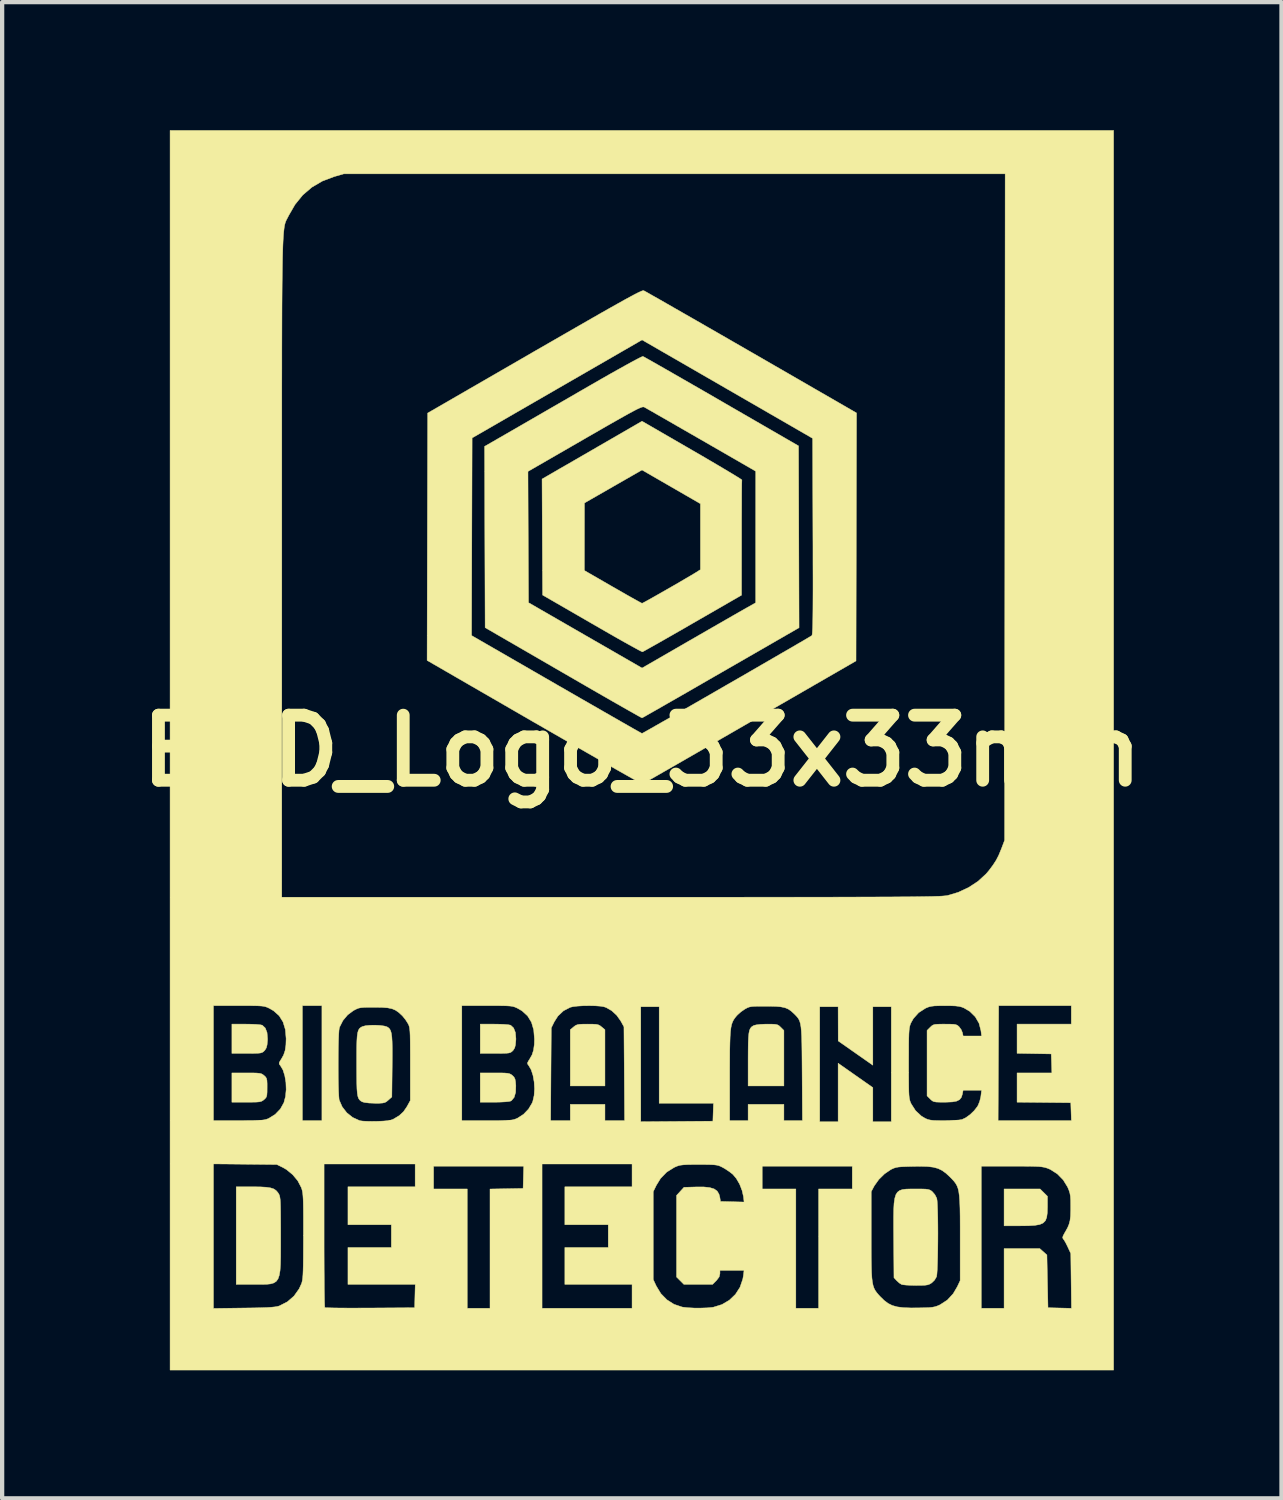
<source format=kicad_pcb>
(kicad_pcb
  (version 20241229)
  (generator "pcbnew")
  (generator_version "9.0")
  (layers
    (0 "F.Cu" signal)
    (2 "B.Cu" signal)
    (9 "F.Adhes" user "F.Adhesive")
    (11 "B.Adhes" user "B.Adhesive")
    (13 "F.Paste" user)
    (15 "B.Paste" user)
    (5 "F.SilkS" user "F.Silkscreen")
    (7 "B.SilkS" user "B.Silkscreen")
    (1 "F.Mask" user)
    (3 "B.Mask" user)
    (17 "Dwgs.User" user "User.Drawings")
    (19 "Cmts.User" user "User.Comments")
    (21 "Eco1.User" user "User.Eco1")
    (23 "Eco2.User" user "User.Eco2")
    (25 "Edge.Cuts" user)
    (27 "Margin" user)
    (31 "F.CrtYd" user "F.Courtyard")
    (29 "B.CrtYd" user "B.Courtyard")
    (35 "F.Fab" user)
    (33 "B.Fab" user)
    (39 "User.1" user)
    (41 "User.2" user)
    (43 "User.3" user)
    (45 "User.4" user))
  (footprint "BBD_Logo_33x33mm"
    (layer "F.Cu")
    (at 11.982 14.534)
    (property "Reference" "BBD_Logo_33x33mm" (at 0 0 0) (layer "F.SilkS") (effects (font (size 1.524 1.524) (thickness 0.3))))
    (attr through_hole)
    (fp_poly (pts (xy 9.5 10.434) (xy 9.5 10.685) (xy 9.496 10.821) (xy 9.482 10.926) (xy 9.452 11.004) (xy 9.399 11.058) (xy 9.319 11.094) (xy 9.204 11.114) (xy 9.051 11.123) (xy 8.865 11.125) (xy 8.484 11.125) (xy 8.484 10.262) (xy 9.327 10.262) (xy 9.5 10.434)) (stroke (width 0.01) (type solid)) (fill yes) (layer "F.SilkS"))
    (fp_poly (pts (xy -1.153 6.402) (xy -1.074 6.406) (xy -1.021 6.417) (xy -0.98 6.437) (xy -0.942 6.467) (xy -0.864 6.532) (xy -0.864 7.849) (xy -1.676 7.849) (xy -1.676 6.532) (xy -1.598 6.467) (xy -1.558 6.436) (xy -1.517 6.417) (xy -1.463 6.406) (xy -1.383 6.402) (xy -1.27 6.401) (xy -1.153 6.402)) (stroke (width 0.01) (type solid)) (fill yes) (layer "F.SilkS"))
    (fp_poly (pts (xy -3.304 7.544) (xy -3.207 7.547) (xy -3.14 7.553) (xy -3.095 7.564) (xy -3.061 7.581) (xy -3.031 7.604) (xy -2.993 7.643) (xy -2.97 7.688) (xy -2.958 7.754) (xy -2.951 7.842) (xy -2.956 7.999) (xy -2.99 8.116) (xy -3.053 8.192) (xy -3.072 8.203) (xy -3.115 8.213) (xy -3.197 8.221) (xy -3.308 8.227) (xy -3.435 8.23) (xy -3.453 8.23) (xy -3.785 8.23) (xy -3.785 7.544) (xy -3.443 7.544) (xy -3.304 7.544)) (stroke (width 0.01) (type solid)) (fill yes) (layer "F.SilkS"))
    (fp_poly (pts (xy -9.141 6.403) (xy -9.027 6.408) (xy -8.94 6.416) (xy -8.892 6.426) (xy -8.889 6.427) (xy -8.819 6.493) (xy -8.778 6.599) (xy -8.766 6.746) (xy -8.767 6.784) (xy -8.777 6.888) (xy -8.795 6.957) (xy -8.825 7.007) (xy -8.838 7.022) (xy -8.864 7.048) (xy -8.892 7.065) (xy -8.931 7.077) (xy -8.989 7.083) (xy -9.078 7.086) (xy -9.205 7.087) (xy -9.25 7.087) (xy -9.601 7.087) (xy -9.601 6.401) (xy -9.269 6.401) (xy -9.141 6.403)) (stroke (width 0.01) (type solid)) (fill yes) (layer "F.SilkS"))
    (fp_poly (pts (xy -3.324 6.403) (xy -3.211 6.408) (xy -3.124 6.416) (xy -3.075 6.426) (xy -3.072 6.427) (xy -3.002 6.493) (xy -2.961 6.599) (xy -2.949 6.746) (xy -2.951 6.784) (xy -2.96 6.888) (xy -2.978 6.957) (xy -3.008 7.007) (xy -3.021 7.022) (xy -3.048 7.048) (xy -3.075 7.065) (xy -3.114 7.077) (xy -3.173 7.083) (xy -3.261 7.086) (xy -3.389 7.087) (xy -3.433 7.087) (xy -3.785 7.087) (xy -3.785 6.401) (xy -3.453 6.401) (xy -3.324 6.403)) (stroke (width 0.01) (type solid)) (fill yes) (layer "F.SilkS"))
    (fp_poly (pts (xy 3.05 6.402) (xy 3.125 6.406) (xy 3.175 6.417) (xy 3.212 6.437) (xy 3.248 6.47) (xy 3.253 6.475) (xy 3.327 6.549) (xy 3.327 7.849) (xy 2.489 7.849) (xy 2.489 7.225) (xy 2.49 7.012) (xy 2.492 6.844) (xy 2.498 6.714) (xy 2.507 6.618) (xy 2.521 6.548) (xy 2.542 6.5) (xy 2.569 6.467) (xy 2.605 6.443) (xy 2.628 6.431) (xy 2.683 6.418) (xy 2.773 6.407) (xy 2.883 6.402) (xy 2.937 6.401) (xy 3.05 6.402)) (stroke (width 0.01) (type solid)) (fill yes) (layer "F.SilkS"))
    (fp_poly (pts (xy -9.121 7.544) (xy -9.023 7.547) (xy -8.957 7.553) (xy -8.912 7.563) (xy -8.878 7.581) (xy -8.847 7.605) (xy -8.812 7.638) (xy -8.791 7.672) (xy -8.78 7.72) (xy -8.776 7.796) (xy -8.776 7.887) (xy -8.777 7.994) (xy -8.782 8.064) (xy -8.794 8.108) (xy -8.818 8.141) (xy -8.847 8.168) (xy -8.879 8.193) (xy -8.912 8.21) (xy -8.957 8.221) (xy -9.024 8.227) (xy -9.122 8.229) (xy -9.26 8.23) (xy -9.601 8.23) (xy -9.601 7.544) (xy -9.26 7.544) (xy -9.121 7.544)) (stroke (width 0.01) (type solid)) (fill yes) (layer "F.SilkS"))
    (fp_poly (pts (xy -8.937 10.213) (xy -8.799 10.221) (xy -8.697 10.236) (xy -8.622 10.26) (xy -8.567 10.297) (xy -8.524 10.346) (xy -8.51 10.368) (xy -8.496 10.392) (xy -8.485 10.42) (xy -8.477 10.457) (xy -8.47 10.507) (xy -8.465 10.577) (xy -8.462 10.672) (xy -8.46 10.797) (xy -8.459 10.958) (xy -8.458 11.16) (xy -8.458 11.35) (xy -8.458 11.621) (xy -8.459 11.846) (xy -8.463 12.029) (xy -8.473 12.174) (xy -8.492 12.285) (xy -8.521 12.368) (xy -8.563 12.426) (xy -8.62 12.463) (xy -8.696 12.485) (xy -8.792 12.495) (xy -8.91 12.497) (xy -9.054 12.497) (xy -9.092 12.497) (xy -9.5 12.497) (xy -9.5 10.211) (xy -9.118 10.211) (xy -8.937 10.213)) (stroke (width 0.01) (type solid)) (fill yes) (layer "F.SilkS"))
    (fp_poly (pts (xy -6.13 6.432) (xy -6.03 6.446) (xy -5.969 6.464) (xy -5.933 6.487) (xy -5.905 6.516) (xy -5.883 6.559) (xy -5.866 6.619) (xy -5.855 6.703) (xy -5.848 6.816) (xy -5.845 6.963) (xy -5.845 7.15) (xy -5.847 7.382) (xy -5.847 7.4) (xy -5.855 8.107) (xy -5.938 8.181) (xy -5.98 8.216) (xy -6.02 8.238) (xy -6.071 8.249) (xy -6.146 8.254) (xy -6.255 8.254) (xy -6.389 8.249) (xy -6.491 8.237) (xy -6.55 8.22) (xy -6.586 8.198) (xy -6.614 8.172) (xy -6.636 8.137) (xy -6.652 8.088) (xy -6.664 8.017) (xy -6.672 7.92) (xy -6.676 7.791) (xy -6.678 7.624) (xy -6.679 7.414) (xy -6.679 7.346) (xy -6.679 7.118) (xy -6.678 6.936) (xy -6.674 6.794) (xy -6.667 6.685) (xy -6.656 6.606) (xy -6.639 6.549) (xy -6.618 6.51) (xy -6.589 6.483) (xy -6.553 6.462) (xy -6.541 6.457) (xy -6.47 6.438) (xy -6.367 6.428) (xy -6.248 6.426) (xy -6.13 6.432)) (stroke (width 0.01) (type solid)) (fill yes) (layer "F.SilkS"))
    (fp_poly (pts (xy 6.423 10.262) (xy 6.553 10.262) (xy 6.643 10.265) (xy 6.703 10.273) (xy 6.746 10.286) (xy 6.781 10.307) (xy 6.805 10.327) (xy 6.864 10.396) (xy 6.905 10.477) (xy 6.908 10.485) (xy 6.916 10.54) (xy 6.922 10.638) (xy 6.927 10.769) (xy 6.931 10.928) (xy 6.933 11.106) (xy 6.934 11.296) (xy 6.933 11.491) (xy 6.931 11.681) (xy 6.928 11.86) (xy 6.923 12.021) (xy 6.918 12.155) (xy 6.911 12.255) (xy 6.903 12.313) (xy 6.901 12.318) (xy 6.856 12.396) (xy 6.787 12.463) (xy 6.784 12.464) (xy 6.741 12.49) (xy 6.695 12.507) (xy 6.635 12.516) (xy 6.548 12.52) (xy 6.423 12.521) (xy 6.416 12.521) (xy 6.297 12.518) (xy 6.192 12.513) (xy 6.116 12.505) (xy 6.083 12.498) (xy 6.031 12.465) (xy 5.974 12.414) (xy 5.969 12.409) (xy 5.905 12.34) (xy 5.898 11.427) (xy 5.896 11.154) (xy 5.896 10.927) (xy 5.899 10.742) (xy 5.907 10.595) (xy 5.924 10.481) (xy 5.949 10.397) (xy 5.986 10.338) (xy 6.037 10.299) (xy 6.103 10.276) (xy 6.186 10.265) (xy 6.288 10.262) (xy 6.411 10.262) (xy 6.423 10.262)) (stroke (width 0.01) (type solid)) (fill yes) (layer "F.SilkS"))
    (fp_poly (pts (xy 1.176 -7.041) (xy 1.399 -6.912) (xy 1.607 -6.79) (xy 1.798 -6.678) (xy 1.966 -6.578) (xy 2.108 -6.493) (xy 2.22 -6.425) (xy 2.298 -6.376) (xy 2.338 -6.348) (xy 2.343 -6.344) (xy 2.342 -6.315) (xy 2.34 -6.241) (xy 2.339 -6.125) (xy 2.338 -5.973) (xy 2.338 -5.789) (xy 2.337 -5.579) (xy 2.336 -5.346) (xy 2.336 -5.095) (xy 2.336 -4.985) (xy 2.335 -3.645) (xy 1.189 -2.985) (xy 0.968 -2.857) (xy 0.76 -2.738) (xy 0.569 -2.629) (xy 0.399 -2.532) (xy 0.255 -2.451) (xy 0.141 -2.387) (xy 0.061 -2.342) (xy 0.02 -2.32) (xy 0.015 -2.318) (xy -0.012 -2.329) (xy -0.078 -2.363) (xy -0.18 -2.419) (xy -0.313 -2.492) (xy -0.474 -2.582) (xy -0.657 -2.686) (xy -0.859 -2.802) (xy -1.076 -2.927) (xy -1.168 -2.98) (xy -2.324 -3.648) (xy -2.327 -4.223) (xy -1.346 -4.223) (xy -0.68 -3.839) (xy -0.512 -3.743) (xy -0.359 -3.655) (xy -0.226 -3.58) (xy -0.118 -3.52) (xy -0.04 -3.477) (xy 0.001 -3.456) (xy 0.006 -3.454) (xy 0.032 -3.467) (xy 0.096 -3.501) (xy 0.192 -3.554) (xy 0.314 -3.623) (xy 0.456 -3.704) (xy 0.603 -3.788) (xy 0.764 -3.88) (xy 0.915 -3.968) (xy 1.049 -4.047) (xy 1.159 -4.111) (xy 1.239 -4.159) (xy 1.276 -4.182) (xy 1.372 -4.243) (xy 1.372 -5.787) (xy 0.688 -6.182) (xy 0.004 -6.577) (xy -0.67 -6.191) (xy -1.344 -5.804) (xy -1.346 -4.223) (xy -2.327 -4.223) (xy -2.331 -5.006) (xy -2.337 -6.365) (xy -2.178 -6.457) (xy -2.123 -6.489) (xy -2.03 -6.543) (xy -1.903 -6.617) (xy -1.747 -6.706) (xy -1.569 -6.809) (xy -1.374 -6.922) (xy -1.166 -7.042) (xy -1.008 -7.134) (xy 0.004 -7.719) (xy 1.176 -7.041)) (stroke (width 0.01) (type solid)) (fill yes) (layer "F.SilkS"))
    (fp_poly (pts (xy 0.053 -9.223) (xy 0.121 -9.185) (xy 0.226 -9.126) (xy 0.365 -9.047) (xy 0.535 -8.95) (xy 0.732 -8.837) (xy 0.953 -8.71) (xy 1.195 -8.571) (xy 1.454 -8.422) (xy 1.726 -8.265) (xy 1.867 -8.183) (xy 3.67 -7.141) (xy 3.682 -2.883) (xy 1.852 -1.829) (xy 1.572 -1.668) (xy 1.305 -1.514) (xy 1.054 -1.369) (xy 0.822 -1.236) (xy 0.612 -1.116) (xy 0.428 -1.01) (xy 0.273 -0.922) (xy 0.15 -0.852) (xy 0.063 -0.802) (xy 0.014 -0.776) (xy 0.005 -0.771) (xy -0.019 -0.783) (xy -0.084 -0.818) (xy -0.186 -0.876) (xy -0.323 -0.953) (xy -0.49 -1.048) (xy -0.685 -1.159) (xy -0.904 -1.285) (xy -1.144 -1.423) (xy -1.402 -1.572) (xy -1.675 -1.73) (xy -1.841 -1.826) (xy -3.67 -2.885) (xy -3.677 -5.007) (xy -3.681 -6.543) (xy -2.667 -6.543) (xy -2.661 -5.007) (xy -2.654 -3.47) (xy -1.325 -2.704) (xy 0.005 -1.938) (xy 1.126 -2.585) (xy 1.352 -2.715) (xy 1.572 -2.842) (xy 1.779 -2.961) (xy 1.969 -3.07) (xy 2.136 -3.166) (xy 2.276 -3.246) (xy 2.383 -3.307) (xy 2.451 -3.346) (xy 2.457 -3.349) (xy 2.666 -3.467) (xy 2.666 -5.008) (xy 2.667 -6.548) (xy 1.391 -7.284) (xy 1.156 -7.419) (xy 0.933 -7.547) (xy 0.727 -7.666) (xy 0.541 -7.773) (xy 0.378 -7.866) (xy 0.245 -7.943) (xy 0.144 -8) (xy 0.079 -8.037) (xy 0.056 -8.05) (xy 0.041 -8.054) (xy 0.02 -8.053) (xy -0.011 -8.045) (xy -0.055 -8.027) (xy -0.116 -7.999) (xy -0.196 -7.957) (xy -0.3 -7.901) (xy -0.43 -7.829) (xy -0.589 -7.739) (xy -0.783 -7.629) (xy -1.012 -7.497) (xy -1.282 -7.342) (xy -1.335 -7.311) (xy -2.667 -6.543) (xy -3.681 -6.543) (xy -3.683 -7.129) (xy -3.029 -7.506) (xy -2.873 -7.596) (xy -2.681 -7.707) (xy -2.459 -7.835) (xy -2.217 -7.975) (xy -1.961 -8.123) (xy -1.699 -8.274) (xy -1.439 -8.425) (xy -1.194 -8.566) (xy -0.97 -8.695) (xy -0.758 -8.816) (xy -0.562 -8.926) (xy -0.388 -9.023) (xy -0.239 -9.105) (xy -0.119 -9.169) (xy -0.033 -9.213) (xy 0.016 -9.235) (xy 0.025 -9.237) (xy 0.053 -9.223)) (stroke (width 0.01) (type solid)) (fill yes) (layer "F.SilkS"))
    (fp_poly (pts (xy 0.043 -10.778) (xy 0.072 -10.763) (xy 0.142 -10.724) (xy 0.25 -10.662) (xy 0.394 -10.581) (xy 0.57 -10.48) (xy 0.776 -10.362) (xy 1.008 -10.229) (xy 1.265 -10.082) (xy 1.543 -9.922) (xy 1.839 -9.752) (xy 2.15 -9.573) (xy 2.474 -9.386) (xy 2.563 -9.335) (xy 5.028 -7.912) (xy 5.022 -5.009) (xy 5.016 -2.105) (xy 2.527 -0.669) (xy 2.2 -0.48) (xy 1.884 -0.298) (xy 1.584 -0.125) (xy 1.301 0.038) (xy 1.039 0.189) (xy 0.801 0.326) (xy 0.588 0.448) (xy 0.405 0.553) (xy 0.253 0.64) (xy 0.136 0.706) (xy 0.056 0.752) (xy 0.017 0.773) (xy 0.013 0.775) (xy -0.012 0.764) (xy -0.078 0.728) (xy -0.183 0.671) (xy -0.323 0.592) (xy -0.495 0.495) (xy -0.698 0.38) (xy -0.928 0.248) (xy -1.182 0.103) (xy -1.458 -0.055) (xy -1.753 -0.225) (xy -2.064 -0.404) (xy -2.388 -0.591) (xy -2.521 -0.667) (xy -5.029 -2.117) (xy -5.028 -2.7) (xy -3.988 -2.7) (xy -2 -1.553) (xy -1.708 -1.385) (xy -1.429 -1.224) (xy -1.165 -1.073) (xy -0.92 -0.932) (xy -0.697 -0.804) (xy -0.5 -0.691) (xy -0.33 -0.594) (xy -0.192 -0.515) (xy -0.088 -0.457) (xy -0.022 -0.42) (xy 0.004 -0.407) (xy 0.004 -0.407) (xy 0.028 -0.419) (xy 0.093 -0.455) (xy 0.195 -0.513) (xy 0.332 -0.591) (xy 0.501 -0.687) (xy 0.697 -0.799) (xy 0.919 -0.926) (xy 1.163 -1.066) (xy 1.425 -1.217) (xy 1.703 -1.377) (xy 1.985 -1.54) (xy 2.276 -1.707) (xy 2.554 -1.868) (xy 2.817 -2.02) (xy 3.062 -2.162) (xy 3.284 -2.291) (xy 3.482 -2.405) (xy 3.651 -2.504) (xy 3.789 -2.584) (xy 3.892 -2.645) (xy 3.957 -2.683) (xy 3.982 -2.698) (xy 3.987 -2.713) (xy 3.992 -2.747) (xy 3.996 -2.804) (xy 4 -2.887) (xy 4.003 -2.998) (xy 4.005 -3.14) (xy 4.007 -3.316) (xy 4.008 -3.528) (xy 4.009 -3.778) (xy 4.009 -4.07) (xy 4.008 -4.406) (xy 4.008 -4.788) (xy 4.007 -5.021) (xy 4 -7.318) (xy 2.003 -8.471) (xy 0.005 -9.624) (xy -1.985 -8.476) (xy -3.975 -7.327) (xy -3.982 -5.014) (xy -3.988 -2.7) (xy -5.028 -2.7) (xy -5.023 -5.014) (xy -5.016 -7.91) (xy -2.515 -9.355) (xy -2.12 -9.582) (xy -1.766 -9.786) (xy -1.453 -9.966) (xy -1.176 -10.125) (xy -0.935 -10.263) (xy -0.726 -10.381) (xy -0.548 -10.481) (xy -0.398 -10.565) (xy -0.274 -10.632) (xy -0.174 -10.686) (xy -0.096 -10.726) (xy -0.038 -10.753) (xy 0.004 -10.771) (xy 0.03 -10.778) (xy 0.043 -10.778)) (stroke (width 0.01) (type solid)) (fill yes) (layer "F.SilkS"))
    (fp_poly (pts (xy 11.049 14.503) (xy -11.049 14.503) (xy -11.049 13.06) (xy -10.033 13.06) (xy -9.315 13.05) (xy -9.093 13.047) (xy -8.916 13.043) (xy -8.777 13.038) (xy -8.672 13.031) (xy -8.593 13.023) (xy -8.534 13.013) (xy -8.491 13.001) (xy -8.489 13) (xy -8.301 12.904) (xy -8.146 12.769) (xy -8.026 12.6) (xy -7.97 12.477) (xy -7.959 12.441) (xy -7.95 12.398) (xy -7.943 12.342) (xy -7.937 12.269) (xy -7.933 12.172) (xy -7.93 12.048) (xy -7.928 11.889) (xy -7.927 11.693) (xy -7.926 11.452) (xy -7.926 11.361) (xy -7.926 11.109) (xy -7.926 10.901) (xy -7.927 10.734) (xy -7.929 10.602) (xy -7.932 10.499) (xy -7.937 10.42) (xy -7.943 10.359) (xy -7.951 10.311) (xy -7.961 10.272) (xy -7.974 10.234) (xy -7.977 10.226) (xy -8.058 10.07) (xy -8.177 9.927) (xy -8.32 9.809) (xy -8.402 9.761) (xy -8.547 9.69) (xy -9.763 9.677) (xy -7.442 9.677) (xy -7.442 11.35) (xy -7.442 11.636) (xy -7.441 11.908) (xy -7.44 12.161) (xy -7.438 12.39) (xy -7.437 12.591) (xy -7.434 12.76) (xy -7.432 12.893) (xy -7.429 12.986) (xy -7.426 13.033) (xy -7.425 13.039) (xy -7.397 13.043) (xy -7.323 13.045) (xy -7.209 13.048) (xy -7.061 13.05) (xy -6.884 13.051) (xy -6.683 13.051) (xy -6.464 13.05) (xy -6.365 13.05) (xy -5.321 13.043) (xy -5.307 12.497) (xy -6.883 12.497) (xy -6.883 11.633) (xy -5.867 11.633) (xy -5.867 11.1) (xy -6.883 11.1) (xy -6.883 10.211) (xy -5.309 10.211) (xy -5.309 9.728) (xy -4.877 9.728) (xy -4.877 10.262) (xy -4.089 10.262) (xy -4.089 13.056) (xy -3.556 13.056) (xy -3.556 10.263) (xy -3.169 10.256) (xy -2.781 10.249) (xy -2.774 9.989) (xy -2.767 9.728) (xy -4.877 9.728) (xy -5.309 9.728) (xy -5.309 9.677) (xy -2.337 9.677) (xy -2.337 13.056) (xy -0.229 13.056) (xy -0.229 12.497) (xy -1.803 12.497) (xy -1.803 11.633) (xy -0.787 11.633) (xy -0.787 11.1) (xy -1.803 11.1) (xy -1.803 10.325) (xy 0.267 10.325) (xy 0.267 12.383) (xy 0.338 12.535) (xy 0.446 12.713) (xy 0.587 12.857) (xy 0.754 12.963) (xy 0.941 13.026) (xy 0.963 13.03) (xy 1.082 13.043) (xy 1.229 13.051) (xy 1.385 13.051) (xy 1.533 13.046) (xy 1.653 13.034) (xy 1.678 13.03) (xy 1.877 12.968) (xy 2.05 12.866) (xy 2.192 12.73) (xy 2.299 12.564) (xy 2.364 12.374) (xy 2.377 12.3) (xy 2.394 12.167) (xy 1.829 12.167) (xy 1.829 12.245) (xy 1.811 12.321) (xy 1.752 12.4) (xy 1.742 12.41) (xy 1.656 12.497) (xy 0.986 12.497) (xy 0.899 12.41) (xy 0.813 12.324) (xy 0.813 10.413) (xy 0.9 10.318) (xy 0.987 10.223) (xy 1.261 10.215) (xy 1.446 10.214) (xy 1.588 10.229) (xy 1.692 10.26) (xy 1.763 10.31) (xy 1.807 10.383) (xy 1.827 10.459) (xy 1.842 10.554) (xy 2.119 10.561) (xy 2.395 10.568) (xy 2.38 10.44) (xy 2.347 10.295) (xy 2.289 10.147) (xy 2.212 10.015) (xy 2.131 9.919) (xy 2.05 9.856) (xy 1.952 9.791) (xy 1.9 9.761) (xy 1.849 9.735) (xy 1.832 9.728) (xy 2.819 9.728) (xy 2.819 10.262) (xy 3.607 10.262) (xy 3.607 13.056) (xy 4.14 13.056) (xy 4.14 10.325) (xy 5.372 10.325) (xy 5.372 11.367) (xy 5.372 11.643) (xy 5.373 11.874) (xy 5.376 12.064) (xy 5.38 12.219) (xy 5.388 12.344) (xy 5.4 12.443) (xy 5.416 12.522) (xy 5.438 12.586) (xy 5.466 12.64) (xy 5.501 12.689) (xy 5.543 12.739) (xy 5.585 12.784) (xy 5.677 12.874) (xy 5.768 12.942) (xy 5.866 12.991) (xy 5.982 13.023) (xy 6.123 13.041) (xy 6.299 13.048) (xy 6.464 13.047) (xy 6.614 13.044) (xy 6.723 13.04) (xy 6.804 13.032) (xy 6.866 13.02) (xy 6.92 13.002) (xy 6.978 12.977) (xy 6.989 12.971) (xy 7.155 12.863) (xy 7.292 12.714) (xy 7.388 12.551) (xy 7.455 12.408) (xy 7.455 11.405) (xy 7.455 11.129) (xy 7.454 10.898) (xy 7.451 10.708) (xy 7.445 10.554) (xy 7.436 10.429) (xy 7.423 10.329) (xy 7.405 10.25) (xy 7.38 10.185) (xy 7.348 10.129) (xy 7.309 10.078) (xy 7.261 10.026) (xy 7.216 9.98) (xy 7.122 9.893) (xy 7.032 9.828) (xy 6.937 9.782) (xy 6.826 9.752) (xy 6.692 9.736) (xy 6.523 9.731) (xy 6.363 9.733) (xy 6.208 9.737) (xy 6.095 9.741) (xy 6.012 9.748) (xy 5.951 9.759) (xy 5.901 9.775) (xy 5.852 9.797) (xy 5.829 9.809) (xy 5.684 9.908) (xy 5.55 10.04) (xy 5.445 10.187) (xy 5.432 10.211) (xy 5.372 10.325) (xy 4.14 10.325) (xy 4.14 10.262) (xy 4.928 10.262) (xy 4.928 9.728) (xy 7.95 9.728) (xy 7.95 13.056) (xy 8.484 13.056) (xy 8.484 11.659) (xy 9.321 11.659) (xy 9.487 11.807) (xy 9.512 13.043) (xy 9.787 13.05) (xy 10.062 13.057) (xy 10.054 12.415) (xy 10.046 11.773) (xy 9.973 11.615) (xy 9.931 11.53) (xy 9.893 11.464) (xy 9.867 11.429) (xy 9.855 11.405) (xy 9.865 11.362) (xy 9.902 11.292) (xy 9.921 11.26) (xy 9.971 11.17) (xy 10.005 11.088) (xy 10.028 11) (xy 10.04 10.894) (xy 10.044 10.758) (xy 10.044 10.655) (xy 10.043 10.526) (xy 10.037 10.432) (xy 10.024 10.358) (xy 10.002 10.29) (xy 9.971 10.216) (xy 9.869 10.05) (xy 9.732 9.91) (xy 9.57 9.806) (xy 9.51 9.78) (xy 9.465 9.765) (xy 9.419 9.753) (xy 9.365 9.744) (xy 9.296 9.737) (xy 9.205 9.733) (xy 9.086 9.73) (xy 8.931 9.729) (xy 8.735 9.728) (xy 8.66 9.728) (xy 7.95 9.728) (xy 4.928 9.728) (xy 2.819 9.728) (xy 1.832 9.728) (xy 1.804 9.716) (xy 1.754 9.704) (xy 1.692 9.696) (xy 1.606 9.692) (xy 1.489 9.69) (xy 1.333 9.69) (xy 1.174 9.69) (xy 1.056 9.692) (xy 0.97 9.697) (xy 0.905 9.705) (xy 0.852 9.718) (xy 0.802 9.737) (xy 0.758 9.757) (xy 0.582 9.867) (xy 0.438 10.016) (xy 0.34 10.175) (xy 0.267 10.325) (xy -1.803 10.325) (xy -1.803 10.211) (xy -0.229 10.211) (xy -0.229 9.677) (xy -2.337 9.677) (xy -5.309 9.677) (xy -7.442 9.677) (xy -9.763 9.677) (xy -10.033 9.675) (xy -10.033 13.06) (xy -11.049 13.06) (xy -11.049 5.969) (xy -10.033 5.969) (xy -10.033 8.661) (xy -9.442 8.661) (xy -9.251 8.66) (xy -9.104 8.659) (xy -8.992 8.656) (xy -8.909 8.651) (xy -8.847 8.643) (xy -8.799 8.632) (xy -8.758 8.618) (xy -8.738 8.609) (xy -8.588 8.516) (xy -8.466 8.389) (xy -8.383 8.24) (xy -8.382 8.236) (xy -8.345 8.094) (xy -8.33 7.933) (xy -8.336 7.768) (xy -8.362 7.611) (xy -8.405 7.474) (xy -8.465 7.372) (xy -8.471 7.366) (xy -8.493 7.334) (xy -8.492 7.302) (xy -8.465 7.252) (xy -8.447 7.226) (xy -8.391 7.127) (xy -8.355 7.02) (xy -8.336 6.89) (xy -8.331 6.742) (xy -8.349 6.529) (xy -8.403 6.351) (xy -8.494 6.205) (xy -8.624 6.089) (xy -8.717 6.035) (xy -8.76 6.014) (xy -8.8 5.998) (xy -8.844 5.986) (xy -8.9 5.978) (xy -8.974 5.973) (xy -9.075 5.97) (xy -9.21 5.969) (xy -9.386 5.969) (xy -9.441 5.969) (xy -7.95 5.969) (xy -7.95 8.661) (xy -7.493 8.661) (xy -7.493 7.293) (xy -7.111 7.293) (xy -7.111 7.479) (xy -7.11 7.66) (xy -7.107 7.827) (xy -7.103 7.971) (xy -7.097 8.084) (xy -7.091 8.159) (xy -7.087 8.18) (xy -7.018 8.338) (xy -6.91 8.477) (xy -6.772 8.587) (xy -6.616 8.658) (xy -6.596 8.664) (xy -6.538 8.672) (xy -6.444 8.677) (xy -6.326 8.679) (xy -6.21 8.678) (xy -6.063 8.672) (xy -5.956 8.663) (xy -5.879 8.649) (xy -5.822 8.628) (xy -5.817 8.625) (xy -5.682 8.544) (xy -5.582 8.452) (xy -5.502 8.335) (xy -5.498 8.328) (xy -5.423 8.191) (xy -5.423 7.341) (xy -5.423 7.11) (xy -5.424 6.924) (xy -5.425 6.778) (xy -5.427 6.665) (xy -5.431 6.581) (xy -5.437 6.518) (xy -5.444 6.473) (xy -5.454 6.437) (xy -5.467 6.407) (xy -5.479 6.385) (xy -5.534 6.298) (xy -5.6 6.216) (xy -5.615 6.2) (xy -5.693 6.128) (xy -5.768 6.076) (xy -5.85 6.041) (xy -5.951 6.02) (xy -6.08 6.01) (xy -6.249 6.007) (xy -6.261 6.007) (xy -6.403 6.007) (xy -6.504 6.01) (xy -6.578 6.016) (xy -6.633 6.027) (xy -6.681 6.046) (xy -6.734 6.073) (xy -6.756 6.085) (xy -6.89 6.185) (xy -7 6.316) (xy -7.075 6.464) (xy -7.086 6.498) (xy -7.093 6.551) (xy -7.099 6.646) (xy -7.104 6.776) (xy -7.108 6.933) (xy -7.11 7.108) (xy -7.111 7.293) (xy -7.493 7.293) (xy -7.493 5.969) (xy -4.216 5.969) (xy -4.216 8.661) (xy -2.136 8.661) (xy -1.676 8.661) (xy -1.676 8.28) (xy -0.864 8.28) (xy -0.864 8.661) (xy -0.404 8.661) (xy -0.411 7.563) (xy -0.419 6.464) (xy -0.495 6.326) (xy -0.588 6.195) (xy -0.705 6.087) (xy -0.834 6.013) (xy -0.883 5.996) (xy -0.89 5.994) (xy -0.025 5.994) (xy -0.025 8.687) (xy 1.664 8.674) (xy 1.678 8.255) (xy 0.406 8.255) (xy 0.406 7.612) (xy 2.057 7.612) (xy 2.057 8.661) (xy 2.489 8.661) (xy 2.489 8.28) (xy 3.327 8.28) (xy 3.327 8.661) (xy 3.761 8.661) (xy 3.754 7.55) (xy 3.752 7.271) (xy 3.75 7.038) (xy 3.747 6.846) (xy 3.743 6.691) (xy 3.736 6.567) (xy 3.727 6.469) (xy 3.714 6.393) (xy 3.697 6.334) (xy 3.676 6.287) (xy 3.649 6.247) (xy 3.616 6.209) (xy 3.577 6.169) (xy 3.568 6.16) (xy 3.498 6.096) (xy 3.43 6.049) (xy 3.354 6.017) (xy 3.26 5.997) (xy 3.235 5.994) (xy 4.166 5.994) (xy 4.166 8.687) (xy 4.597 8.687) (xy 4.597 7.317) (xy 5.41 7.887) (xy 5.41 8.687) (xy 5.842 8.687) (xy 5.842 8.661) (xy 8.344 8.661) (xy 10.06 8.661) (xy 10.046 8.242) (xy 8.788 8.229) (xy 8.788 7.544) (xy 9.603 7.544) (xy 9.596 7.322) (xy 9.588 7.099) (xy 8.788 7.085) (xy 8.788 6.401) (xy 10.058 6.401) (xy 10.058 5.969) (xy 8.357 5.969) (xy 8.344 8.661) (xy 5.842 8.661) (xy 5.842 7.315) (xy 6.249 7.315) (xy 6.249 7.542) (xy 6.25 7.724) (xy 6.251 7.867) (xy 6.253 7.977) (xy 6.257 8.06) (xy 6.263 8.122) (xy 6.272 8.169) (xy 6.282 8.207) (xy 6.296 8.242) (xy 6.308 8.268) (xy 6.41 8.427) (xy 6.546 8.554) (xy 6.64 8.61) (xy 6.692 8.632) (xy 6.749 8.647) (xy 6.823 8.656) (xy 6.926 8.66) (xy 7.067 8.661) (xy 7.074 8.661) (xy 7.207 8.659) (xy 7.331 8.654) (xy 7.431 8.646) (xy 7.494 8.636) (xy 7.496 8.636) (xy 7.587 8.593) (xy 7.688 8.52) (xy 7.783 8.429) (xy 7.858 8.333) (xy 7.876 8.301) (xy 7.912 8.211) (xy 7.938 8.107) (xy 7.942 8.075) (xy 7.957 7.95) (xy 7.524 7.95) (xy 7.508 8.038) (xy 7.484 8.115) (xy 7.442 8.169) (xy 7.374 8.204) (xy 7.272 8.223) (xy 7.13 8.229) (xy 7.094 8.23) (xy 6.975 8.229) (xy 6.895 8.226) (xy 6.842 8.217) (xy 6.805 8.2) (xy 6.771 8.172) (xy 6.754 8.155) (xy 6.68 8.081) (xy 6.68 6.549) (xy 6.754 6.475) (xy 6.789 6.442) (xy 6.823 6.421) (xy 6.867 6.408) (xy 6.932 6.403) (xy 7.031 6.401) (xy 7.098 6.401) (xy 7.22 6.402) (xy 7.302 6.405) (xy 7.355 6.414) (xy 7.392 6.43) (xy 7.423 6.456) (xy 7.431 6.464) (xy 7.48 6.531) (xy 7.509 6.603) (xy 7.525 6.68) (xy 7.957 6.68) (xy 7.942 6.555) (xy 7.897 6.381) (xy 7.808 6.228) (xy 7.68 6.102) (xy 7.544 6.022) (xy 7.487 6) (xy 7.424 5.985) (xy 7.344 5.975) (xy 7.236 5.971) (xy 7.099 5.97) (xy 6.959 5.971) (xy 6.857 5.974) (xy 6.782 5.983) (xy 6.722 5.997) (xy 6.666 6.019) (xy 6.642 6.03) (xy 6.484 6.132) (xy 6.36 6.27) (xy 6.301 6.375) (xy 6.287 6.41) (xy 6.276 6.446) (xy 6.267 6.491) (xy 6.26 6.55) (xy 6.255 6.629) (xy 6.252 6.734) (xy 6.25 6.87) (xy 6.25 7.045) (xy 6.249 7.263) (xy 6.249 7.315) (xy 5.842 7.315) (xy 5.842 5.994) (xy 5.41 5.994) (xy 5.41 7.363) (xy 5.004 7.079) (xy 4.599 6.795) (xy 4.598 6.394) (xy 4.597 5.994) (xy 4.166 5.994) (xy 3.235 5.994) (xy 3.138 5.986) (xy 2.98 5.982) (xy 2.908 5.982) (xy 2.761 5.982) (xy 2.654 5.984) (xy 2.578 5.989) (xy 2.522 5.999) (xy 2.477 6.015) (xy 2.433 6.038) (xy 2.409 6.052) (xy 2.321 6.113) (xy 2.239 6.186) (xy 2.211 6.217) (xy 2.175 6.262) (xy 2.146 6.306) (xy 2.122 6.355) (xy 2.102 6.413) (xy 2.087 6.486) (xy 2.076 6.578) (xy 2.068 6.694) (xy 2.063 6.839) (xy 2.059 7.018) (xy 2.058 7.237) (xy 2.057 7.499) (xy 2.057 7.612) (xy 0.406 7.612) (xy 0.406 5.994) (xy -0.025 5.994) (xy -0.89 5.994) (xy -0.969 5.981) (xy -1.089 5.972) (xy -1.227 5.969) (xy -1.371 5.971) (xy -1.504 5.979) (xy -1.613 5.992) (xy -1.676 6.007) (xy -1.835 6.089) (xy -1.965 6.212) (xy -2.05 6.345) (xy -2.121 6.49) (xy -2.129 7.576) (xy -2.136 8.661) (xy -4.216 8.661) (xy -3.626 8.661) (xy -3.437 8.661) (xy -3.291 8.66) (xy -3.181 8.657) (xy -3.099 8.652) (xy -3.038 8.645) (xy -2.99 8.634) (xy -2.949 8.62) (xy -2.907 8.601) (xy -2.771 8.513) (xy -2.654 8.391) (xy -2.57 8.25) (xy -2.554 8.209) (xy -2.523 8.073) (xy -2.513 7.917) (xy -2.522 7.756) (xy -2.549 7.603) (xy -2.592 7.47) (xy -2.649 7.373) (xy -2.654 7.366) (xy -2.677 7.334) (xy -2.676 7.302) (xy -2.648 7.252) (xy -2.631 7.226) (xy -2.572 7.122) (xy -2.536 7.009) (xy -2.518 6.873) (xy -2.515 6.755) (xy -2.532 6.538) (xy -2.585 6.357) (xy -2.676 6.209) (xy -2.804 6.092) (xy -2.901 6.035) (xy -2.944 6.014) (xy -2.984 5.998) (xy -3.028 5.986) (xy -3.083 5.978) (xy -3.158 5.973) (xy -3.259 5.97) (xy -3.394 5.969) (xy -3.57 5.969) (xy -3.624 5.969) (xy -4.216 5.969) (xy -7.493 5.969) (xy -7.95 5.969) (xy -9.441 5.969) (xy -10.033 5.969) (xy -11.049 5.969) (xy -11.049 3.429) (xy -8.433 3.429) (xy -0.736 3.429) (xy 0.011 3.429) (xy 0.709 3.429) (xy 1.359 3.429) (xy 1.963 3.429) (xy 2.524 3.428) (xy 3.042 3.428) (xy 3.519 3.428) (xy 3.958 3.427) (xy 4.359 3.427) (xy 4.725 3.426) (xy 5.057 3.425) (xy 5.357 3.424) (xy 5.627 3.423) (xy 5.867 3.422) (xy 6.081 3.42) (xy 6.27 3.419) (xy 6.435 3.417) (xy 6.578 3.415) (xy 6.7 3.413) (xy 6.805 3.411) (xy 6.892 3.408) (xy 6.964 3.406) (xy 7.023 3.403) (xy 7.07 3.399) (xy 7.107 3.396) (xy 7.136 3.392) (xy 7.158 3.389) (xy 7.411 3.314) (xy 7.653 3.201) (xy 7.874 3.056) (xy 8.061 2.884) (xy 8.131 2.802) (xy 8.226 2.674) (xy 8.298 2.563) (xy 8.356 2.451) (xy 8.412 2.316) (xy 8.424 2.286) (xy 8.496 2.095) (xy 8.503 -5.709) (xy 8.509 -13.513) (xy -6.979 -13.513) (xy -7.204 -13.448) (xy -7.482 -13.343) (xy -7.728 -13.199) (xy -7.941 -13.017) (xy -8.122 -12.794) (xy -8.272 -12.534) (xy -8.287 -12.504) (xy -8.301 -12.477) (xy -8.314 -12.452) (xy -8.327 -12.428) (xy -8.338 -12.402) (xy -8.349 -12.373) (xy -8.359 -12.34) (xy -8.368 -12.3) (xy -8.376 -12.251) (xy -8.383 -12.193) (xy -8.39 -12.123) (xy -8.396 -12.039) (xy -8.402 -11.941) (xy -8.407 -11.826) (xy -8.411 -11.692) (xy -8.415 -11.538) (xy -8.418 -11.362) (xy -8.421 -11.162) (xy -8.424 -10.937) (xy -8.426 -10.685) (xy -8.428 -10.404) (xy -8.429 -10.093) (xy -8.43 -9.749) (xy -8.431 -9.372) (xy -8.431 -8.959) (xy -8.432 -8.508) (xy -8.432 -8.019) (xy -8.432 -7.488) (xy -8.432 -6.915) (xy -8.432 -6.298) (xy -8.432 -5.635) (xy -8.432 -4.925) (xy -8.432 -4.286) (xy -8.433 3.429) (xy -11.049 3.429) (xy -11.049 -14.529) (xy 11.049 -14.529) (xy 11.049 14.503)) (stroke (width 0.01) (type solid)) (fill yes) (layer "F.SilkS")))
  (gr_rect
    (start -3 -3)
    (end 26.963 32.042)
    (stroke (width 0.1) (type default))
    (fill no)
    (layer "Edge.Cuts")))
</source>
